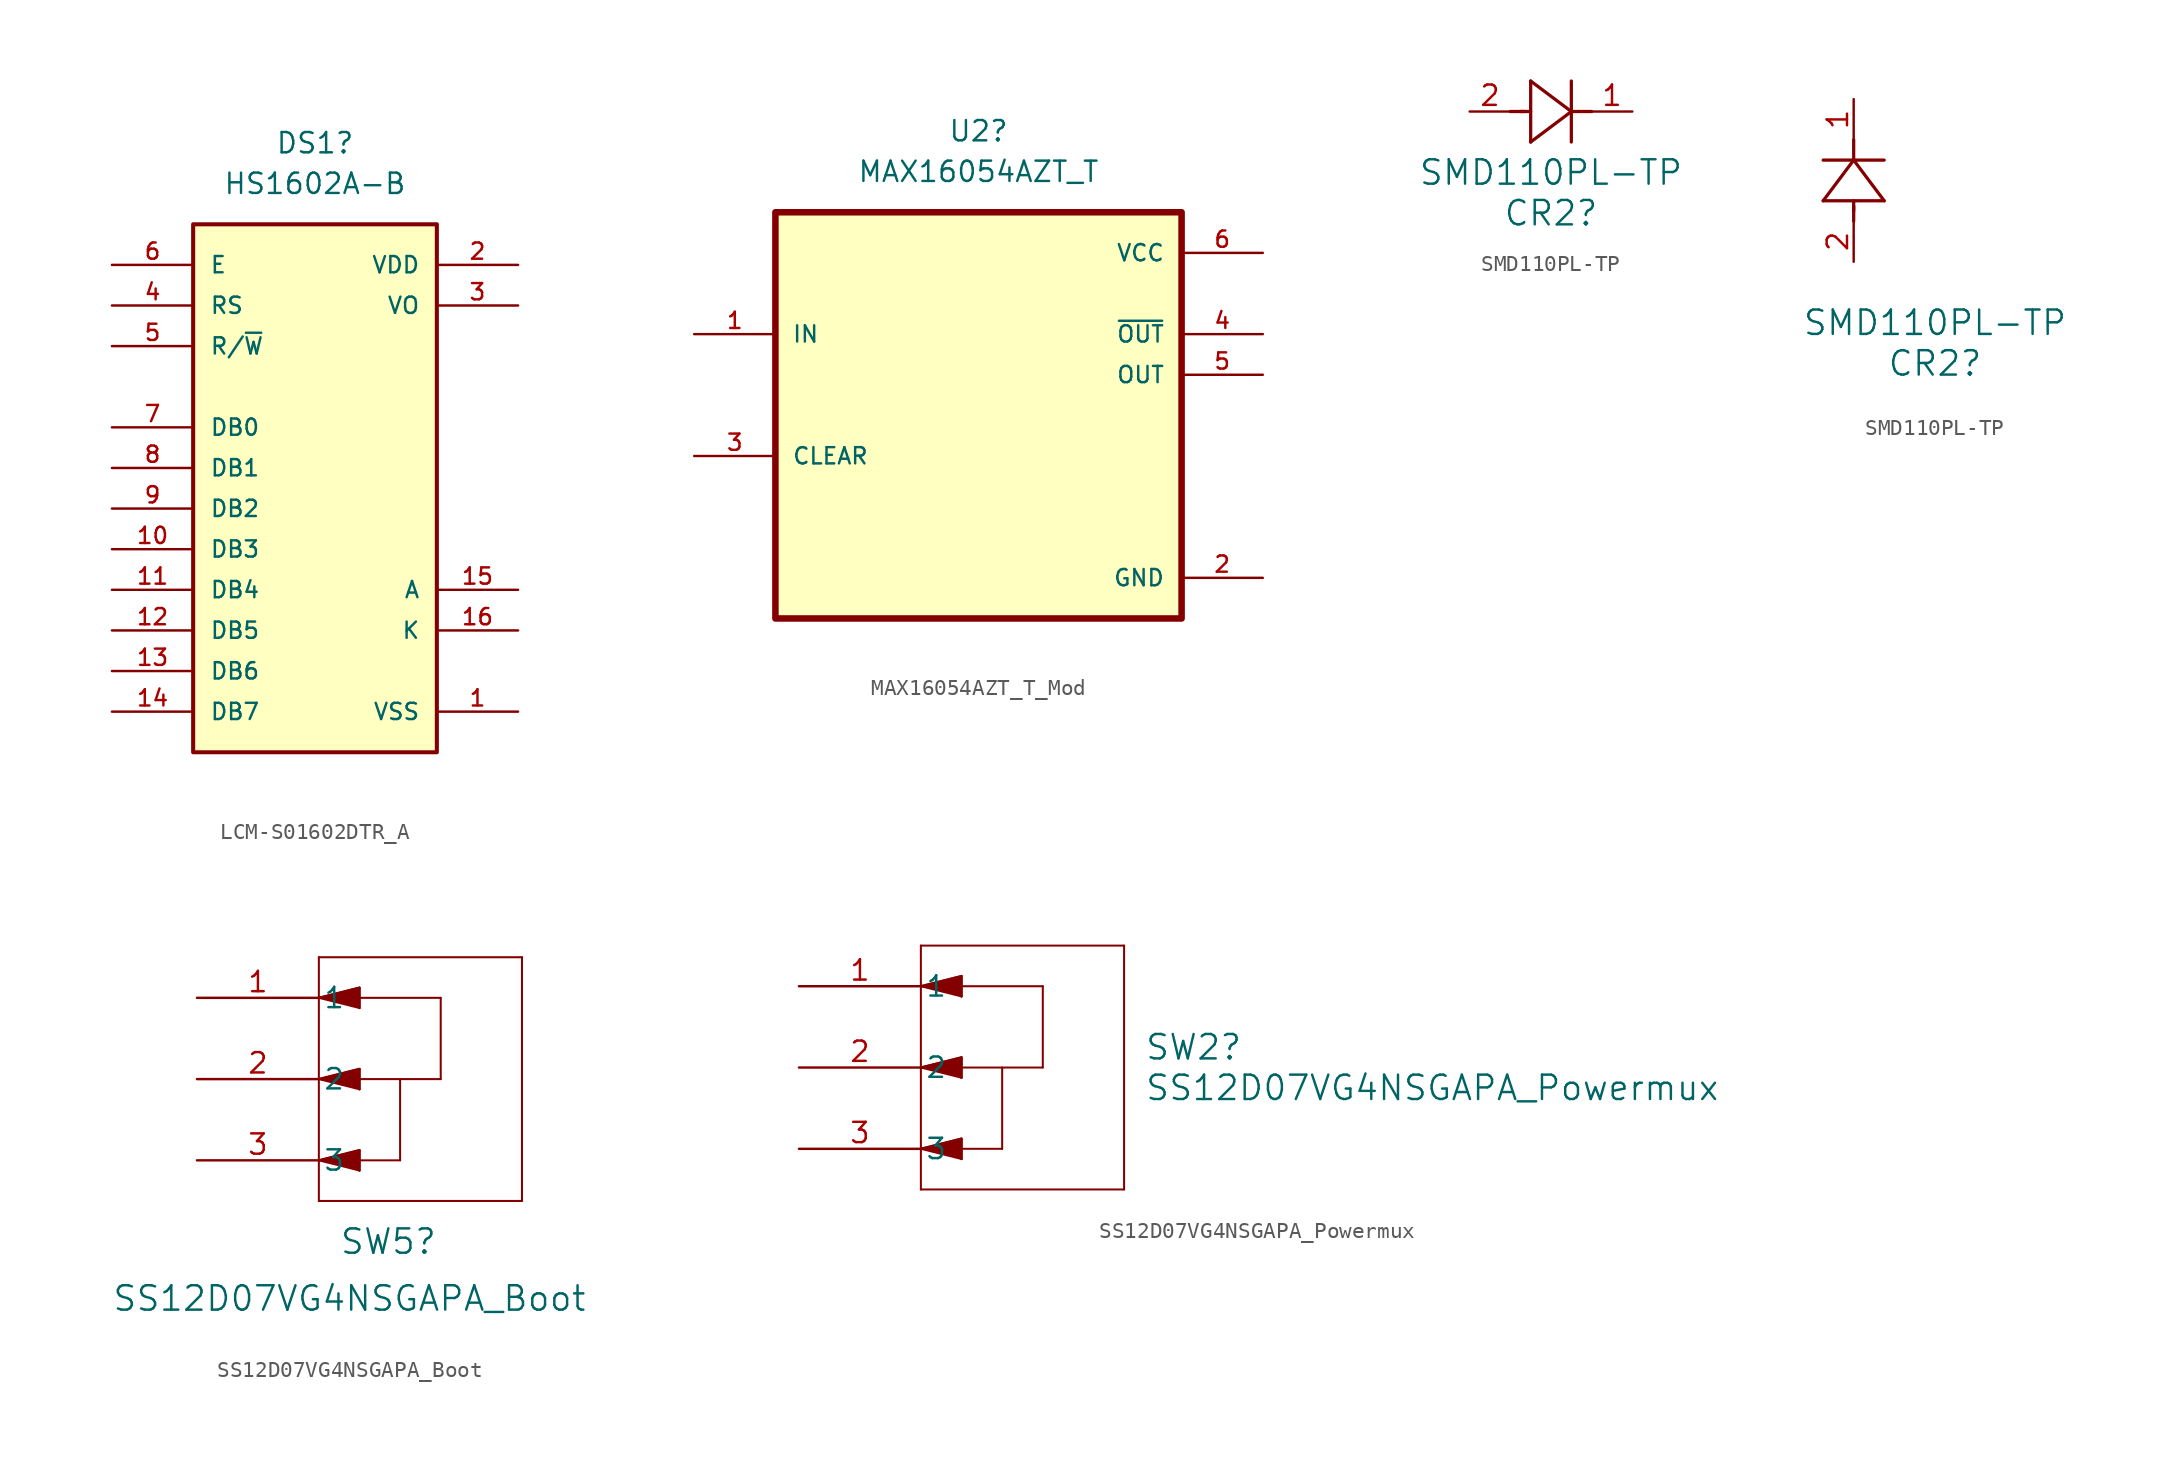
<source format=kicad_sym>
(kicad_symbol_lib
  (version 20231120)
  (generator "kicad_symbol_editor")
  (generator_version "8.0")
  (symbol "LCM-S01602DTR_A"
    (pin_names
      (offset 1.016))
    (property "Reference" "DS1"
      (at -2.54 22.86 0)
      (effects (font (size 1.27 1.27))))
    (property "Value" "HS1602A-B"
      (at -2.54 20.32 0)
      (effects (font (size 1.27 1.27))))
    (symbol "LCM-S01602DTR_A_0_0"
      (rectangle (start -10.16 17.78) (end 5.08 -15.24) (stroke (width 0.254) (type default)) (fill (type background)))
      (pin power_in line (at 10.16 -12.7 180) (length 5.08) (name "VSS" (effects (font (size 1.016 1.016)))) (number "1" (effects (font (size 1.016 1.016)))))
      (pin bidirectional line (at -15.24 -2.54 0) (length 5.08) (name "DB3" (effects (font (size 1.016 1.016)))) (number "10" (effects (font (size 1.016 1.016)))))
      (pin bidirectional line (at -15.24 -5.08 0) (length 5.08) (name "DB4" (effects (font (size 1.016 1.016)))) (number "11" (effects (font (size 1.016 1.016)))))
      (pin bidirectional line (at -15.24 -7.62 0) (length 5.08) (name "DB5" (effects (font (size 1.016 1.016)))) (number "12" (effects (font (size 1.016 1.016)))))
      (pin bidirectional line (at -15.24 -10.16 0) (length 5.08) (name "DB6" (effects (font (size 1.016 1.016)))) (number "13" (effects (font (size 1.016 1.016)))))
      (pin bidirectional line (at -15.24 -12.7 0) (length 5.08) (name "DB7" (effects (font (size 1.016 1.016)))) (number "14" (effects (font (size 1.016 1.016)))))
      (pin power_in line (at 10.16 15.24 180) (length 5.08) (name "VDD" (effects (font (size 1.016 1.016)))) (number "2" (effects (font (size 1.016 1.016)))))
      (pin power_in line (at 10.16 12.7 180) (length 5.08) (name "VO" (effects (font (size 1.016 1.016)))) (number "3" (effects (font (size 1.016 1.016)))))
      (pin input line (at -15.24 12.7 0) (length 5.08) (name "RS" (effects (font (size 1.016 1.016)))) (number "4" (effects (font (size 1.016 1.016)))))
      (pin input line (at -15.24 10.16 0) (length 5.08) (name "R/~{W}" (effects (font (size 1.016 1.016)))) (number "5" (effects (font (size 1.016 1.016)))))
      (pin input line (at -15.24 15.24 0) (length 5.08) (name "E" (effects (font (size 1.016 1.016)))) (number "6" (effects (font (size 1.016 1.016)))))
      (pin bidirectional line (at -15.24 5.08 0) (length 5.08) (name "DB0" (effects (font (size 1.016 1.016)))) (number "7" (effects (font (size 1.016 1.016)))))
      (pin bidirectional line (at -15.24 2.54 0) (length 5.08) (name "DB1" (effects (font (size 1.016 1.016)))) (number "8" (effects (font (size 1.016 1.016)))))
      (pin bidirectional line (at -15.24 0 0) (length 5.08) (name "DB2" (effects (font (size 1.016 1.016)))) (number "9" (effects (font (size 1.016 1.016))))))
    (symbol "LCM-S01602DTR_A_1_0"
      (pin input line (at 10.16 -5.08 180) (length 5.08) (name "A" (effects (font (size 1.016 1.016)))) (number "15" (effects (font (size 1.016 1.016)))))
      (pin power_in line (at 10.16 -7.62 180) (length 5.08) (name "K" (effects (font (size 1.016 1.016)))) (number "16" (effects (font (size 1.016 1.016)))))))
  (symbol "MAX16054AZT_T_Mod"
    (pin_names
      (offset 1.016))
    (property "Reference" "U2"
      (at 0 17.78 0)
      (effects (font (size 1.27 1.27))))
    (property "Value" "MAX16054AZT_T"
      (at 0 15.24 0)
      (effects (font (size 1.27 1.27))))
    (symbol "MAX16054AZT_T_Mod_0_0"
      (rectangle (start -12.7 -12.7) (end 12.7 12.7) (stroke (width 0.41) (type default)) (fill (type background)))
      (pin input line (at -17.78 5.08 0) (length 5.08) (name "IN" (effects (font (size 1.016 1.016)))) (number "1" (effects (font (size 1.016 1.016)))))
      (pin power_in line (at 17.78 -10.16 180) (length 5.08) (name "GND" (effects (font (size 1.016 1.016)))) (number "2" (effects (font (size 1.016 1.016)))))
      (pin output line (at 17.78 5.08 180) (length 5.08) (name "~{OUT}" (effects (font (size 1.016 1.016)))) (number "4" (effects (font (size 1.016 1.016)))))
      (pin output line (at 17.78 2.54 180) (length 5.08) (name "OUT" (effects (font (size 1.016 1.016)))) (number "5" (effects (font (size 1.016 1.016)))))
      (pin power_in line (at 17.78 10.16 180) (length 5.08) (name "VCC" (effects (font (size 1.016 1.016)))) (number "6" (effects (font (size 1.016 1.016))))))
    (symbol "MAX16054AZT_T_Mod_1_0"
      (pin power_in line (at -17.78 -2.54 0) (length 5.08) (name "CLEAR" (effects (font (size 1.016 1.016)))) (number "3" (effects (font (size 1.016 1.016)))))))
  (symbol "SMD110PL-TP"
    (pin_names
      (offset 0.254))
    (property "Reference" "CR2"
      (at 5.08 -6.35 0)
      (effects (font (size 1.524 1.524))))
    (property "Value" "SMD110PL-TP"
      (at 5.08 -3.81 0)
      (effects (font (size 1.524 1.524))))
    (property "ki_locked" ""
      (at 0 0 0)
      (effects (font (size 1.27 1.27))))
    (symbol "SMD110PL-TP_1_1"
      (polyline (pts (xy 2.54 0) (xy 3.48 0)) (stroke (width 0.203) (type default)) (fill (type none)))
      (polyline (pts (xy 3.175 0) (xy 3.81 0)) (stroke (width 0.203) (type default)) (fill (type none)))
      (polyline (pts (xy 3.81 -1.905) (xy 6.35 0)) (stroke (width 0.203) (type default)) (fill (type none)))
      (polyline (pts (xy 3.81 1.905) (xy 3.81 -1.905)) (stroke (width 0.203) (type default)) (fill (type none)))
      (polyline (pts (xy 6.35 -1.905) (xy 6.35 1.905)) (stroke (width 0.203) (type default)) (fill (type none)))
      (polyline (pts (xy 6.35 0) (xy 3.81 1.905)) (stroke (width 0.203) (type default)) (fill (type none)))
      (polyline (pts (xy 6.35 0) (xy 7.62 0)) (stroke (width 0.203) (type default)) (fill (type none)))
      (pin power_out line (at 10.16 0 180) (length 2.54) (name "" (effects (font (size 1.27 1.27)))) (number "1" (effects (font (size 1.27 1.27)))))
      (pin power_in line (at 0 0 0) (length 2.54) (name "" (effects (font (size 1.27 1.27)))) (number "2" (effects (font (size 1.27 1.27))))))
    (symbol "SMD110PL-TP_1_2"
      (polyline (pts (xy -1.905 3.81) (xy 1.905 3.81)) (stroke (width 0.203) (type default)) (fill (type none)))
      (polyline (pts (xy 0 2.54) (xy 0 3.48)) (stroke (width 0.203) (type default)) (fill (type none)))
      (polyline (pts (xy 0 3.175) (xy 0 3.81)) (stroke (width 0.203) (type default)) (fill (type none)))
      (polyline (pts (xy 0 6.35) (xy -1.905 3.81)) (stroke (width 0.203) (type default)) (fill (type none)))
      (polyline (pts (xy 0 6.35) (xy 0 7.62)) (stroke (width 0.203) (type default)) (fill (type none)))
      (polyline (pts (xy 1.905 3.81) (xy 0 6.35)) (stroke (width 0.203) (type default)) (fill (type none)))
      (polyline (pts (xy 1.905 6.35) (xy -1.905 6.35)) (stroke (width 0.203) (type default)) (fill (type none)))
      (pin unspecified line (at 0 10.16 270) (length 2.54) (name "" (effects (font (size 1.27 1.27)))) (number "1" (effects (font (size 1.27 1.27)))))
      (pin unspecified line (at 0 0 90) (length 2.54) (name "" (effects (font (size 1.27 1.27)))) (number "2" (effects (font (size 1.27 1.27)))))))
  (symbol "SS12D07VG4NSGAPA_Boot"
    (pin_names
      (offset 0.254))
    (property "Reference" "SW5"
      (at 8.89 -15.24 0)
      (effects (font (size 1.524 1.524)) (justify left)))
    (property "Value" "SS12D07VG4NSGAPA_Boot"
      (at -5.334 -18.796 0)
      (effects (font (size 1.524 1.524)) (justify left)))
    (property "ki_locked" ""
      (at 0 0 0)
      (effects (font (size 1.27 1.27))))
    (symbol "SS12D07VG4NSGAPA_Boot_0_1"
      (polyline (pts (xy 7.62 -12.7) (xy 20.32 -12.7)) (stroke (width 0.127) (type default)) (fill (type none)))
      (polyline (pts (xy 7.62 -10.16) (xy 10.16 -9.525)) (stroke (width 0.127) (type default)) (fill (type none)))
      (polyline (pts (xy 7.62 -5.08) (xy 10.16 -4.445)) (stroke (width 0.127) (type default)) (fill (type none)))
      (polyline (pts (xy 7.62 -5.08) (xy 15.24 -5.08)) (stroke (width 0.127) (type default)) (fill (type none)))
      (polyline (pts (xy 7.62 0) (xy 10.16 0.635)) (stroke (width 0.127) (type default)) (fill (type none)))
      (polyline (pts (xy 7.62 0) (xy 15.24 0)) (stroke (width 0.127) (type default)) (fill (type none)))
      (polyline (pts (xy 7.62 2.54) (xy 7.62 -12.7)) (stroke (width 0.127) (type default)) (fill (type none)))
      (polyline (pts (xy 10.16 -10.795) (xy 7.62 -10.16)) (stroke (width 0.127) (type default)) (fill (type none)))
      (polyline (pts (xy 10.16 -9.525) (xy 10.16 -10.795)) (stroke (width 0.127) (type default)) (fill (type none)))
      (polyline (pts (xy 10.16 -5.715) (xy 7.62 -5.08)) (stroke (width 0.127) (type default)) (fill (type none)))
      (polyline (pts (xy 10.16 -4.445) (xy 10.16 -5.715)) (stroke (width 0.127) (type default)) (fill (type none)))
      (polyline (pts (xy 10.16 -0.635) (xy 7.62 0)) (stroke (width 0.127) (type default)) (fill (type none)))
      (polyline (pts (xy 10.16 0.635) (xy 10.16 -0.635)) (stroke (width 0.127) (type default)) (fill (type none)))
      (polyline (pts (xy 12.7 -10.16) (xy 7.62 -10.16)) (stroke (width 0.127) (type default)) (fill (type none)))
      (polyline (pts (xy 12.7 -5.08) (xy 12.7 -10.16)) (stroke (width 0.127) (type default)) (fill (type none)))
      (polyline (pts (xy 15.24 0) (xy 15.24 -5.08)) (stroke (width 0.127) (type default)) (fill (type none)))
      (polyline (pts (xy 20.32 -12.7) (xy 20.32 2.54)) (stroke (width 0.127) (type default)) (fill (type none)))
      (polyline (pts (xy 20.32 2.54) (xy 7.62 2.54)) (stroke (width 0.127) (type default)) (fill (type none)))
      (polyline (pts (xy 7.62 -10.16) (xy 10.16 -9.525) (xy 10.16 -10.795)) (stroke (width 0) (type default)) (fill (type outline)))
      (polyline (pts (xy 7.62 -5.08) (xy 10.16 -4.445) (xy 10.16 -5.715)) (stroke (width 0) (type default)) (fill (type outline)))
      (polyline (pts (xy 7.62 0) (xy 10.16 0.635) (xy 10.16 -0.635)) (stroke (width 0) (type default)) (fill (type outline))))
    (symbol "SS12D07VG4NSGAPA_Boot_1_1"
      (pin power_in line (at 0 0 0) (length 7.62) (name "1" (effects (font (size 1.27 1.27)))) (number "1" (effects (font (size 1.27 1.27)))))
      (pin output line (at 0 -5.08 0) (length 7.62) (name "2" (effects (font (size 1.27 1.27)))) (number "2" (effects (font (size 1.27 1.27)))))
      (pin power_in line (at 0 -10.16 0) (length 7.62) (name "3" (effects (font (size 1.27 1.27)))) (number "3" (effects (font (size 1.27 1.27)))))))
  (symbol "SS12D07VG4NSGAPA_Powermux"
    (pin_names
      (offset 0.254))
    (property "Reference" "SW2"
      (at 21.59 -3.81 0)
      (effects (font (size 1.524 1.524)) (justify left)))
    (property "Value" "SS12D07VG4NSGAPA_Powermux"
      (at 21.59 -6.35 0)
      (effects (font (size 1.524 1.524)) (justify left)))
    (property "ki_locked" ""
      (at 0 0 0)
      (effects (font (size 1.27 1.27))))
    (symbol "SS12D07VG4NSGAPA_Powermux_0_1"
      (polyline (pts (xy 7.62 -12.7) (xy 20.32 -12.7)) (stroke (width 0.127) (type default)) (fill (type none)))
      (polyline (pts (xy 7.62 -10.16) (xy 10.16 -9.525)) (stroke (width 0.127) (type default)) (fill (type none)))
      (polyline (pts (xy 7.62 -5.08) (xy 10.16 -4.445)) (stroke (width 0.127) (type default)) (fill (type none)))
      (polyline (pts (xy 7.62 -5.08) (xy 15.24 -5.08)) (stroke (width 0.127) (type default)) (fill (type none)))
      (polyline (pts (xy 7.62 0) (xy 10.16 0.635)) (stroke (width 0.127) (type default)) (fill (type none)))
      (polyline (pts (xy 7.62 0) (xy 15.24 0)) (stroke (width 0.127) (type default)) (fill (type none)))
      (polyline (pts (xy 7.62 2.54) (xy 7.62 -12.7)) (stroke (width 0.127) (type default)) (fill (type none)))
      (polyline (pts (xy 10.16 -10.795) (xy 7.62 -10.16)) (stroke (width 0.127) (type default)) (fill (type none)))
      (polyline (pts (xy 10.16 -9.525) (xy 10.16 -10.795)) (stroke (width 0.127) (type default)) (fill (type none)))
      (polyline (pts (xy 10.16 -5.715) (xy 7.62 -5.08)) (stroke (width 0.127) (type default)) (fill (type none)))
      (polyline (pts (xy 10.16 -4.445) (xy 10.16 -5.715)) (stroke (width 0.127) (type default)) (fill (type none)))
      (polyline (pts (xy 10.16 -0.635) (xy 7.62 0)) (stroke (width 0.127) (type default)) (fill (type none)))
      (polyline (pts (xy 10.16 0.635) (xy 10.16 -0.635)) (stroke (width 0.127) (type default)) (fill (type none)))
      (polyline (pts (xy 12.7 -10.16) (xy 7.62 -10.16)) (stroke (width 0.127) (type default)) (fill (type none)))
      (polyline (pts (xy 12.7 -5.08) (xy 12.7 -10.16)) (stroke (width 0.127) (type default)) (fill (type none)))
      (polyline (pts (xy 15.24 0) (xy 15.24 -5.08)) (stroke (width 0.127) (type default)) (fill (type none)))
      (polyline (pts (xy 20.32 -12.7) (xy 20.32 2.54)) (stroke (width 0.127) (type default)) (fill (type none)))
      (polyline (pts (xy 20.32 2.54) (xy 7.62 2.54)) (stroke (width 0.127) (type default)) (fill (type none)))
      (polyline (pts (xy 7.62 -10.16) (xy 10.16 -9.525) (xy 10.16 -10.795)) (stroke (width 0) (type default)) (fill (type outline)))
      (polyline (pts (xy 7.62 -5.08) (xy 10.16 -4.445) (xy 10.16 -5.715)) (stroke (width 0) (type default)) (fill (type outline)))
      (polyline (pts (xy 7.62 0) (xy 10.16 0.635) (xy 10.16 -0.635)) (stroke (width 0) (type default)) (fill (type outline))))
    (symbol "SS12D07VG4NSGAPA_Powermux_1_1"
      (pin power_in line (at 0 0 0) (length 7.62) (name "1" (effects (font (size 1.27 1.27)))) (number "1" (effects (font (size 1.27 1.27)))))
      (pin power_out line (at 0 -5.08 0) (length 7.62) (name "2" (effects (font (size 1.27 1.27)))) (number "2" (effects (font (size 1.27 1.27)))))
      (pin power_in line (at 0 -10.16 0) (length 7.62) (name "3" (effects (font (size 1.27 1.27)))) (number "3" (effects (font (size 1.27 1.27))))))))
</source>
